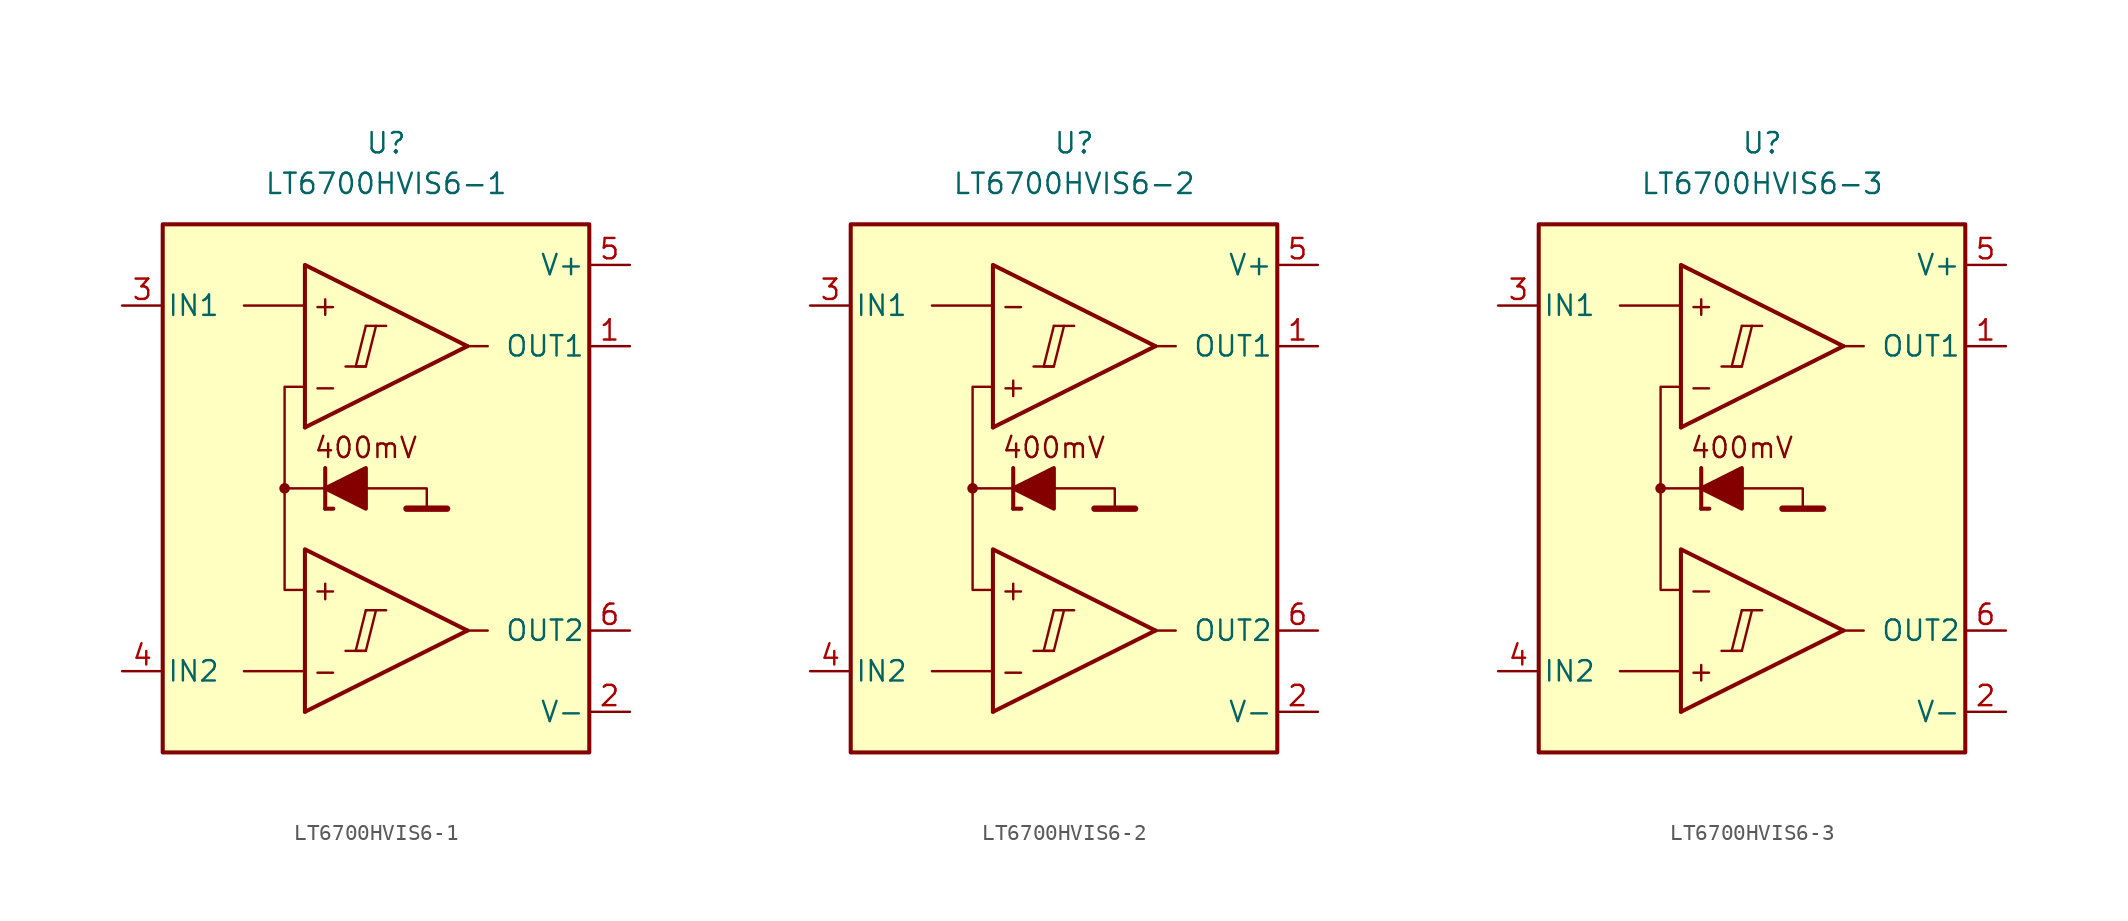
<source format=kicad_sym>
(kicad_symbol_lib
  (version 20231120)
  (generator "kicad_symbol_editor")
  (generator_version "8.0")
  (symbol "LT6700HVIS6-1"
    (pin_names
      (offset 0.254))
    (property "Reference" "U"
      (at 0 22.86 0)
      (effects (font (size 1.27 1.27))))
    (property "Value" "LT6700HVIS6-1"
      (at 0 20.32 0)
      (effects (font (size 1.27 1.27))))
    (symbol "LT6700HVIS6-1_0_0"
      (rectangle (start -13.97 17.78) (end 12.7 -15.24) (stroke (width 0.254) (type default)) (fill (type background)))
      (circle (center -6.35 1.27) (radius 0.254) (stroke (width 0.152) (type default)) (fill (type outline)))
      (polyline (pts (xy -2.54 -8.89) (xy -1.27 -8.89)) (stroke (width 0.152) (type default)) (fill (type none)))
      (polyline (pts (xy -2.54 8.89) (xy -1.27 8.89)) (stroke (width 0.152) (type default)) (fill (type none)))
      (polyline (pts (xy -1.27 -6.35) (xy 0 -6.35)) (stroke (width 0.152) (type default)) (fill (type none)))
      (polyline (pts (xy -1.27 11.43) (xy 0 11.43)) (stroke (width 0.152) (type default)) (fill (type none)))
      (polyline (pts (xy 5.08 -7.62) (xy -5.08 -12.7)) (stroke (width 0.254) (type default)) (fill (type none)))
      (polyline (pts (xy 5.08 10.16) (xy -5.08 5.08)) (stroke (width 0.254) (type default)) (fill (type none)))
      (polyline (pts (xy 5.08 -7.62) (xy -5.08 -2.54) (xy -5.08 -12.7)) (stroke (width 0.254) (type default)) (fill (type background)))
      (polyline (pts (xy 5.08 10.16) (xy -5.08 15.24) (xy -5.08 5.08)) (stroke (width 0.254) (type default)) (fill (type background)))
      (polyline (pts (xy -1.27 -6.35) (xy -1.905 -8.89) (xy -1.27 -8.89) (xy -0.635 -6.35)) (stroke (width 0.152) (type default)) (fill (type none)))
      (polyline (pts (xy -1.27 11.43) (xy -1.905 8.89) (xy -1.27 8.89) (xy -0.635 11.43)) (stroke (width 0.152) (type default)) (fill (type none)))
      (text "+" (at -3.81 -5.08 0) (effects (font (size 1.27 1.27))))
      (text "+" (at -3.81 12.7 0) (effects (font (size 1.27 1.27))))
      (text "-" (at -3.81 -10.16 0) (effects (font (size 1.27 1.27))))
      (text "-" (at -3.81 7.62 0) (effects (font (size 1.27 1.27)))))
    (symbol "LT6700HVIS6-1_0_1"
      (polyline (pts (xy -5.08 -10.16) (xy -8.89 -10.16)) (stroke (width 0) (type default)) (fill (type none)))
      (polyline (pts (xy -5.08 12.7) (xy -8.89 12.7)) (stroke (width 0) (type default)) (fill (type none)))
      (polyline (pts (xy -3.81 0) (xy -3.81 2.54)) (stroke (width 0.254) (type default)) (fill (type none)))
      (polyline (pts (xy -3.81 0) (xy -3.302 0)) (stroke (width 0.254) (type default)) (fill (type none)))
      (polyline (pts (xy -3.81 1.27) (xy -6.35 1.27)) (stroke (width 0.152) (type default)) (fill (type none)))
      (polyline (pts (xy 1.27 0) (xy 3.81 0)) (stroke (width 0.4) (type default)) (fill (type none)))
      (polyline (pts (xy 5.08 -7.62) (xy 6.35 -7.62)) (stroke (width 0) (type default)) (fill (type none)))
      (polyline (pts (xy 5.08 10.16) (xy 6.35 10.16)) (stroke (width 0) (type default)) (fill (type none)))
      (polyline (pts (xy -1.27 1.27) (xy 2.54 1.27) (xy 2.54 0)) (stroke (width 0.152) (type default)) (fill (type none)))
      (polyline (pts (xy -5.08 -5.08) (xy -6.35 -5.08) (xy -6.35 7.62) (xy -5.08 7.62)) (stroke (width 0.152) (type default)) (fill (type none)))
      (polyline (pts (xy -1.27 2.54) (xy -1.27 0) (xy -3.81 1.27) (xy -1.27 2.54)) (stroke (width 0.254) (type default)) (fill (type outline))))
    (symbol "LT6700HVIS6-1_1_0"
      (text "400mV" (at -1.27 3.81 0) (effects (font (size 1.27 1.27)))))
    (symbol "LT6700HVIS6-1_1_1"
      (pin output line (at 15.24 10.16 180) (length 2.54) (name "OUT1" (effects (font (size 1.27 1.27)))) (number "1" (effects (font (size 1.27 1.27)))))
      (pin power_in line (at 15.24 -12.7 180) (length 2.54) (name "V-" (effects (font (size 1.27 1.27)))) (number "2" (effects (font (size 1.27 1.27)))))
      (pin input line (at -16.51 12.7 0) (length 2.54) (name "IN1" (effects (font (size 1.27 1.27)))) (number "3" (effects (font (size 1.27 1.27)))))
      (pin input line (at -16.51 -10.16 0) (length 2.54) (name "IN2" (effects (font (size 1.27 1.27)))) (number "4" (effects (font (size 1.27 1.27)))))
      (pin power_in line (at 15.24 15.24 180) (length 2.54) (name "V+" (effects (font (size 1.27 1.27)))) (number "5" (effects (font (size 1.27 1.27)))))
      (pin output line (at 15.24 -7.62 180) (length 2.54) (name "OUT2" (effects (font (size 1.27 1.27)))) (number "6" (effects (font (size 1.27 1.27)))))))
  (symbol "LT6700HVIS6-2"
    (pin_names
      (offset 0.254))
    (property "Reference" "U"
      (at 0 22.86 0)
      (effects (font (size 1.27 1.27))))
    (property "Value" "LT6700HVIS6-2"
      (at 0 20.32 0)
      (effects (font (size 1.27 1.27))))
    (symbol "LT6700HVIS6-2_0_0"
      (rectangle (start -13.97 17.78) (end 12.7 -15.24) (stroke (width 0.254) (type default)) (fill (type background)))
      (circle (center -6.35 1.27) (radius 0.254) (stroke (width 0.152) (type default)) (fill (type outline)))
      (polyline (pts (xy -2.54 -8.89) (xy -1.27 -8.89)) (stroke (width 0.152) (type default)) (fill (type none)))
      (polyline (pts (xy -2.54 8.89) (xy -1.27 8.89)) (stroke (width 0.152) (type default)) (fill (type none)))
      (polyline (pts (xy -1.27 -6.35) (xy 0 -6.35)) (stroke (width 0.152) (type default)) (fill (type none)))
      (polyline (pts (xy -1.27 11.43) (xy 0 11.43)) (stroke (width 0.152) (type default)) (fill (type none)))
      (polyline (pts (xy 5.08 -7.62) (xy -5.08 -12.7)) (stroke (width 0.254) (type default)) (fill (type none)))
      (polyline (pts (xy 5.08 10.16) (xy -5.08 5.08)) (stroke (width 0.254) (type default)) (fill (type none)))
      (polyline (pts (xy 5.08 -7.62) (xy -5.08 -2.54) (xy -5.08 -12.7)) (stroke (width 0.254) (type default)) (fill (type background)))
      (polyline (pts (xy 5.08 10.16) (xy -5.08 15.24) (xy -5.08 5.08)) (stroke (width 0.254) (type default)) (fill (type background)))
      (polyline (pts (xy -1.27 -6.35) (xy -1.905 -8.89) (xy -1.27 -8.89) (xy -0.635 -6.35)) (stroke (width 0.152) (type default)) (fill (type none)))
      (polyline (pts (xy -1.27 11.43) (xy -1.905 8.89) (xy -1.27 8.89) (xy -0.635 11.43)) (stroke (width 0.152) (type default)) (fill (type none)))
      (text "+" (at -3.81 -5.08 0) (effects (font (size 1.27 1.27))))
      (text "+" (at -3.81 7.62 0) (effects (font (size 1.27 1.27))))
      (text "-" (at -3.81 -10.16 0) (effects (font (size 1.27 1.27))))
      (text "-" (at -3.81 12.7 0) (effects (font (size 1.27 1.27)))))
    (symbol "LT6700HVIS6-2_0_1"
      (polyline (pts (xy -5.08 -10.16) (xy -8.89 -10.16)) (stroke (width 0) (type default)) (fill (type none)))
      (polyline (pts (xy -5.08 12.7) (xy -8.89 12.7)) (stroke (width 0) (type default)) (fill (type none)))
      (polyline (pts (xy -3.81 0) (xy -3.81 2.54)) (stroke (width 0.254) (type default)) (fill (type none)))
      (polyline (pts (xy -3.81 0) (xy -3.302 0)) (stroke (width 0.254) (type default)) (fill (type none)))
      (polyline (pts (xy -3.81 1.27) (xy -6.35 1.27)) (stroke (width 0.152) (type default)) (fill (type none)))
      (polyline (pts (xy 1.27 0) (xy 3.81 0)) (stroke (width 0.4) (type default)) (fill (type none)))
      (polyline (pts (xy 5.08 -7.62) (xy 6.35 -7.62)) (stroke (width 0) (type default)) (fill (type none)))
      (polyline (pts (xy 5.08 10.16) (xy 6.35 10.16)) (stroke (width 0) (type default)) (fill (type none)))
      (polyline (pts (xy -1.27 1.27) (xy 2.54 1.27) (xy 2.54 0)) (stroke (width 0.152) (type default)) (fill (type none)))
      (polyline (pts (xy -5.08 -5.08) (xy -6.35 -5.08) (xy -6.35 7.62) (xy -5.08 7.62)) (stroke (width 0.152) (type default)) (fill (type none)))
      (polyline (pts (xy -1.27 2.54) (xy -1.27 0) (xy -3.81 1.27) (xy -1.27 2.54)) (stroke (width 0.254) (type default)) (fill (type outline))))
    (symbol "LT6700HVIS6-2_1_0"
      (text "400mV" (at -1.27 3.81 0) (effects (font (size 1.27 1.27)))))
    (symbol "LT6700HVIS6-2_1_1"
      (pin output line (at 15.24 10.16 180) (length 2.54) (name "OUT1" (effects (font (size 1.27 1.27)))) (number "1" (effects (font (size 1.27 1.27)))))
      (pin power_in line (at 15.24 -12.7 180) (length 2.54) (name "V-" (effects (font (size 1.27 1.27)))) (number "2" (effects (font (size 1.27 1.27)))))
      (pin input line (at -16.51 12.7 0) (length 2.54) (name "IN1" (effects (font (size 1.27 1.27)))) (number "3" (effects (font (size 1.27 1.27)))))
      (pin input line (at -16.51 -10.16 0) (length 2.54) (name "IN2" (effects (font (size 1.27 1.27)))) (number "4" (effects (font (size 1.27 1.27)))))
      (pin power_in line (at 15.24 15.24 180) (length 2.54) (name "V+" (effects (font (size 1.27 1.27)))) (number "5" (effects (font (size 1.27 1.27)))))
      (pin output line (at 15.24 -7.62 180) (length 2.54) (name "OUT2" (effects (font (size 1.27 1.27)))) (number "6" (effects (font (size 1.27 1.27)))))))
  (symbol "LT6700HVIS6-3"
    (pin_names
      (offset 0.254))
    (property "Reference" "U"
      (at 0 22.86 0)
      (effects (font (size 1.27 1.27))))
    (property "Value" "LT6700HVIS6-3"
      (at 0 20.32 0)
      (effects (font (size 1.27 1.27))))
    (symbol "LT6700HVIS6-3_0_0"
      (rectangle (start -13.97 17.78) (end 12.7 -15.24) (stroke (width 0.254) (type default)) (fill (type background)))
      (circle (center -6.35 1.27) (radius 0.254) (stroke (width 0.152) (type default)) (fill (type outline)))
      (polyline (pts (xy -2.54 -8.89) (xy -1.27 -8.89)) (stroke (width 0.152) (type default)) (fill (type none)))
      (polyline (pts (xy -2.54 8.89) (xy -1.27 8.89)) (stroke (width 0.152) (type default)) (fill (type none)))
      (polyline (pts (xy -1.27 -6.35) (xy 0 -6.35)) (stroke (width 0.152) (type default)) (fill (type none)))
      (polyline (pts (xy -1.27 11.43) (xy 0 11.43)) (stroke (width 0.152) (type default)) (fill (type none)))
      (polyline (pts (xy 5.08 -7.62) (xy -5.08 -12.7)) (stroke (width 0.254) (type default)) (fill (type none)))
      (polyline (pts (xy 5.08 10.16) (xy -5.08 5.08)) (stroke (width 0.254) (type default)) (fill (type none)))
      (polyline (pts (xy 5.08 -7.62) (xy -5.08 -2.54) (xy -5.08 -12.7)) (stroke (width 0.254) (type default)) (fill (type background)))
      (polyline (pts (xy 5.08 10.16) (xy -5.08 15.24) (xy -5.08 5.08)) (stroke (width 0.254) (type default)) (fill (type background)))
      (polyline (pts (xy -1.27 -6.35) (xy -1.905 -8.89) (xy -1.27 -8.89) (xy -0.635 -6.35)) (stroke (width 0.152) (type default)) (fill (type none)))
      (polyline (pts (xy -1.27 11.43) (xy -1.905 8.89) (xy -1.27 8.89) (xy -0.635 11.43)) (stroke (width 0.152) (type default)) (fill (type none)))
      (text "+" (at -3.81 -10.16 0) (effects (font (size 1.27 1.27))))
      (text "+" (at -3.81 12.7 0) (effects (font (size 1.27 1.27))))
      (text "-" (at -3.81 -5.08 0) (effects (font (size 1.27 1.27))))
      (text "-" (at -3.81 7.62 0) (effects (font (size 1.27 1.27)))))
    (symbol "LT6700HVIS6-3_0_1"
      (polyline (pts (xy -5.08 -10.16) (xy -8.89 -10.16)) (stroke (width 0) (type default)) (fill (type none)))
      (polyline (pts (xy -5.08 12.7) (xy -8.89 12.7)) (stroke (width 0) (type default)) (fill (type none)))
      (polyline (pts (xy -3.81 0) (xy -3.81 2.54)) (stroke (width 0.254) (type default)) (fill (type none)))
      (polyline (pts (xy -3.81 0) (xy -3.302 0)) (stroke (width 0.254) (type default)) (fill (type none)))
      (polyline (pts (xy -3.81 1.27) (xy -6.35 1.27)) (stroke (width 0.152) (type default)) (fill (type none)))
      (polyline (pts (xy 1.27 0) (xy 3.81 0)) (stroke (width 0.4) (type default)) (fill (type none)))
      (polyline (pts (xy 5.08 -7.62) (xy 6.35 -7.62)) (stroke (width 0) (type default)) (fill (type none)))
      (polyline (pts (xy 5.08 10.16) (xy 6.35 10.16)) (stroke (width 0) (type default)) (fill (type none)))
      (polyline (pts (xy -1.27 1.27) (xy 2.54 1.27) (xy 2.54 0)) (stroke (width 0.152) (type default)) (fill (type none)))
      (polyline (pts (xy -5.08 -5.08) (xy -6.35 -5.08) (xy -6.35 7.62) (xy -5.08 7.62)) (stroke (width 0.152) (type default)) (fill (type none)))
      (polyline (pts (xy -1.27 2.54) (xy -1.27 0) (xy -3.81 1.27) (xy -1.27 2.54)) (stroke (width 0.254) (type default)) (fill (type outline))))
    (symbol "LT6700HVIS6-3_1_0"
      (text "400mV" (at -1.27 3.81 0) (effects (font (size 1.27 1.27)))))
    (symbol "LT6700HVIS6-3_1_1"
      (pin output line (at 15.24 10.16 180) (length 2.54) (name "OUT1" (effects (font (size 1.27 1.27)))) (number "1" (effects (font (size 1.27 1.27)))))
      (pin power_in line (at 15.24 -12.7 180) (length 2.54) (name "V-" (effects (font (size 1.27 1.27)))) (number "2" (effects (font (size 1.27 1.27)))))
      (pin input line (at -16.51 12.7 0) (length 2.54) (name "IN1" (effects (font (size 1.27 1.27)))) (number "3" (effects (font (size 1.27 1.27)))))
      (pin input line (at -16.51 -10.16 0) (length 2.54) (name "IN2" (effects (font (size 1.27 1.27)))) (number "4" (effects (font (size 1.27 1.27)))))
      (pin power_in line (at 15.24 15.24 180) (length 2.54) (name "V+" (effects (font (size 1.27 1.27)))) (number "5" (effects (font (size 1.27 1.27)))))
      (pin output line (at 15.24 -7.62 180) (length 2.54) (name "OUT2" (effects (font (size 1.27 1.27)))) (number "6" (effects (font (size 1.27 1.27))))))))
</source>
